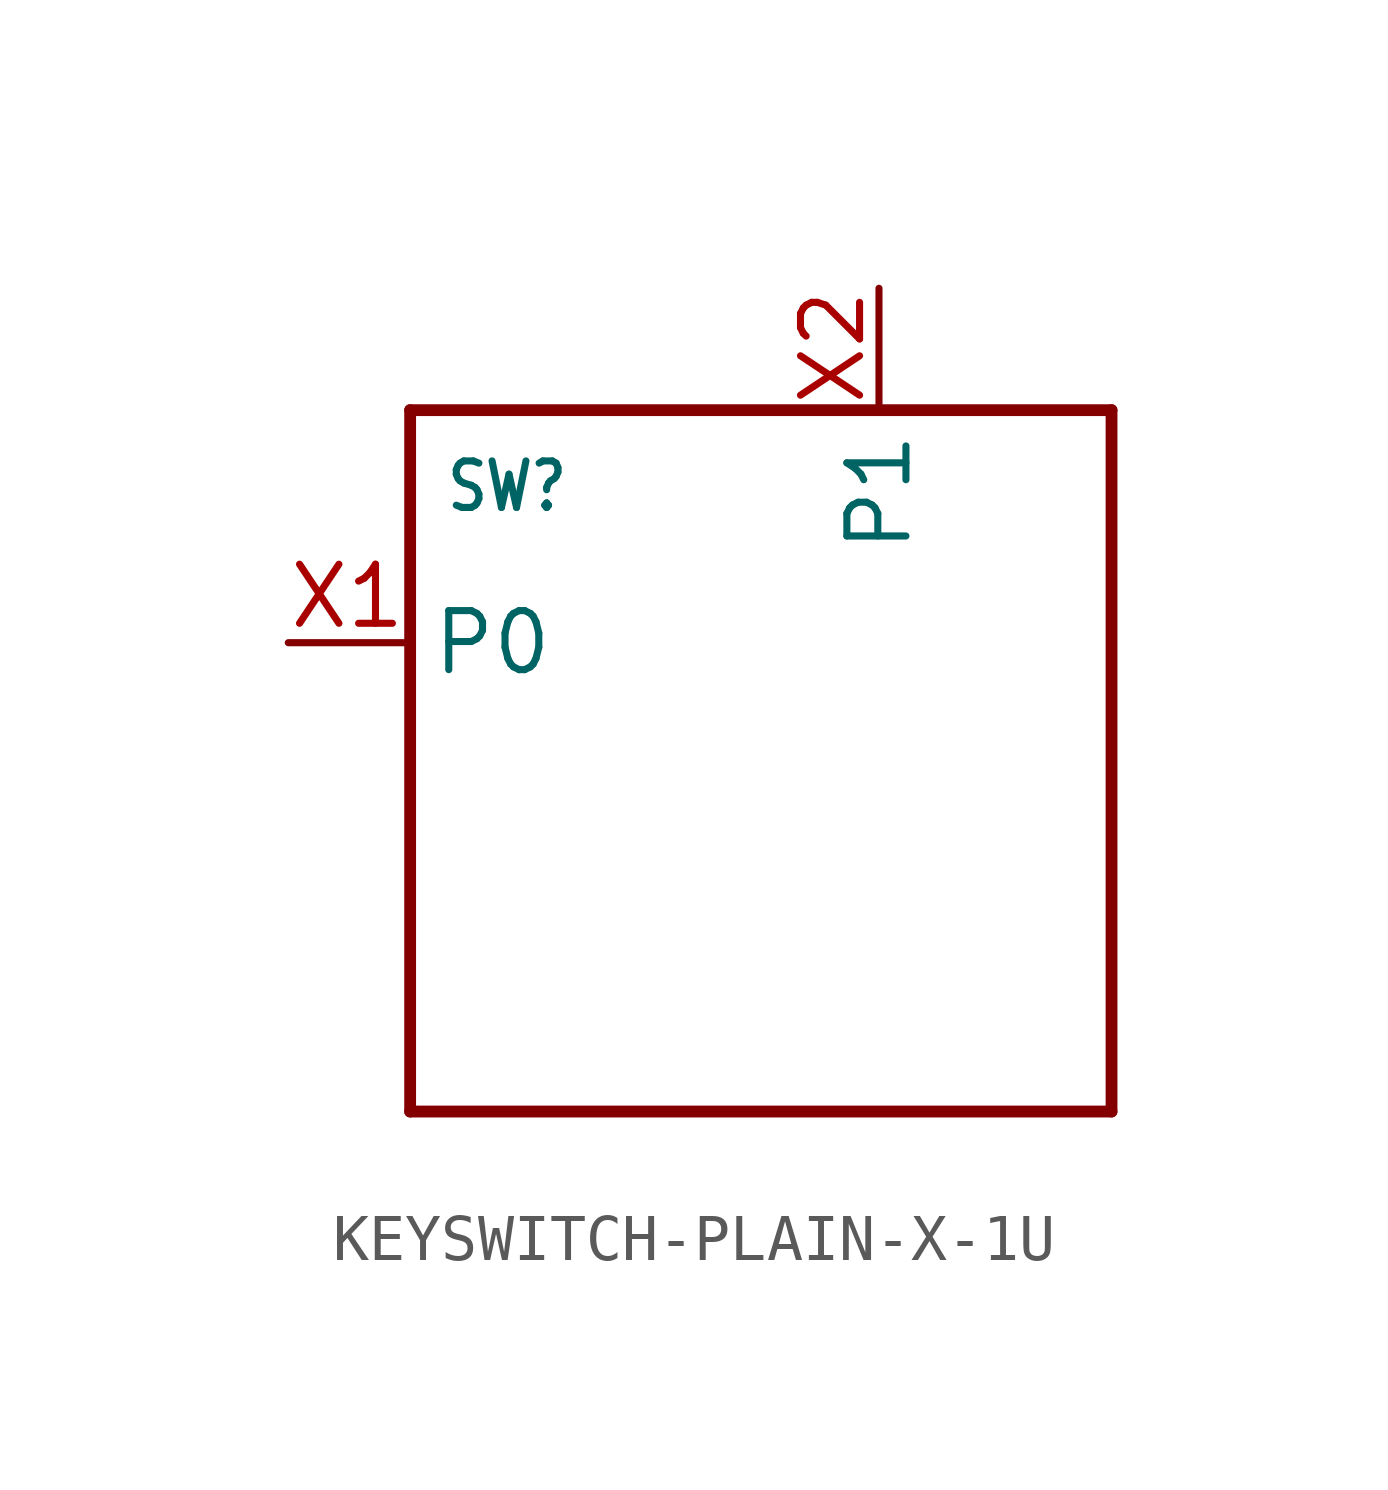
<source format=kicad_sym>
(kicad_symbol_lib
  (version 20211014)
  (generator kicad_symbol_editor)
  (symbol "KEYSWITCH-PLAIN-X-1U"
    (property "Reference" "SW"
      (at -6.81 5.318 0)
      (effects (font (size 1 0.85)) (justify left bottom)))
    (property "ki_locked" ""
      (at 0 0 0)
      (effects (font (size 1.27 1.27))))
    (symbol "KEYSWITCH-PLAIN-X-1U_1_0"
      (polyline (pts (xy -7.54 -7.54) (xy -7.54 7.54)) (stroke (width 0.254) (type default) (color 0 0 0 0)) (fill (type none)))
      (polyline (pts (xy -7.54 7.54) (xy 7.54 7.54)) (stroke (width 0.254) (type default) (color 0 0 0 0)) (fill (type none)))
      (polyline (pts (xy 7.54 -7.54) (xy -7.54 -7.54)) (stroke (width 0.254) (type default) (color 0 0 0 0)) (fill (type none)))
      (polyline (pts (xy 7.54 7.54) (xy 7.54 -7.54)) (stroke (width 0.254) (type default) (color 0 0 0 0)) (fill (type none)))
      (pin bidirectional line (at -10.16 2.54 0) (length 2.54) (name "P0" (effects (font (size 1.27 1.27)))) (number "X1" (effects (font (size 1.27 1.27)))))
      (pin bidirectional line (at 2.54 10.16 270) (length 2.54) (name "P1" (effects (font (size 1.27 1.27)))) (number "X2" (effects (font (size 1.27 1.27))))))))
</source>
